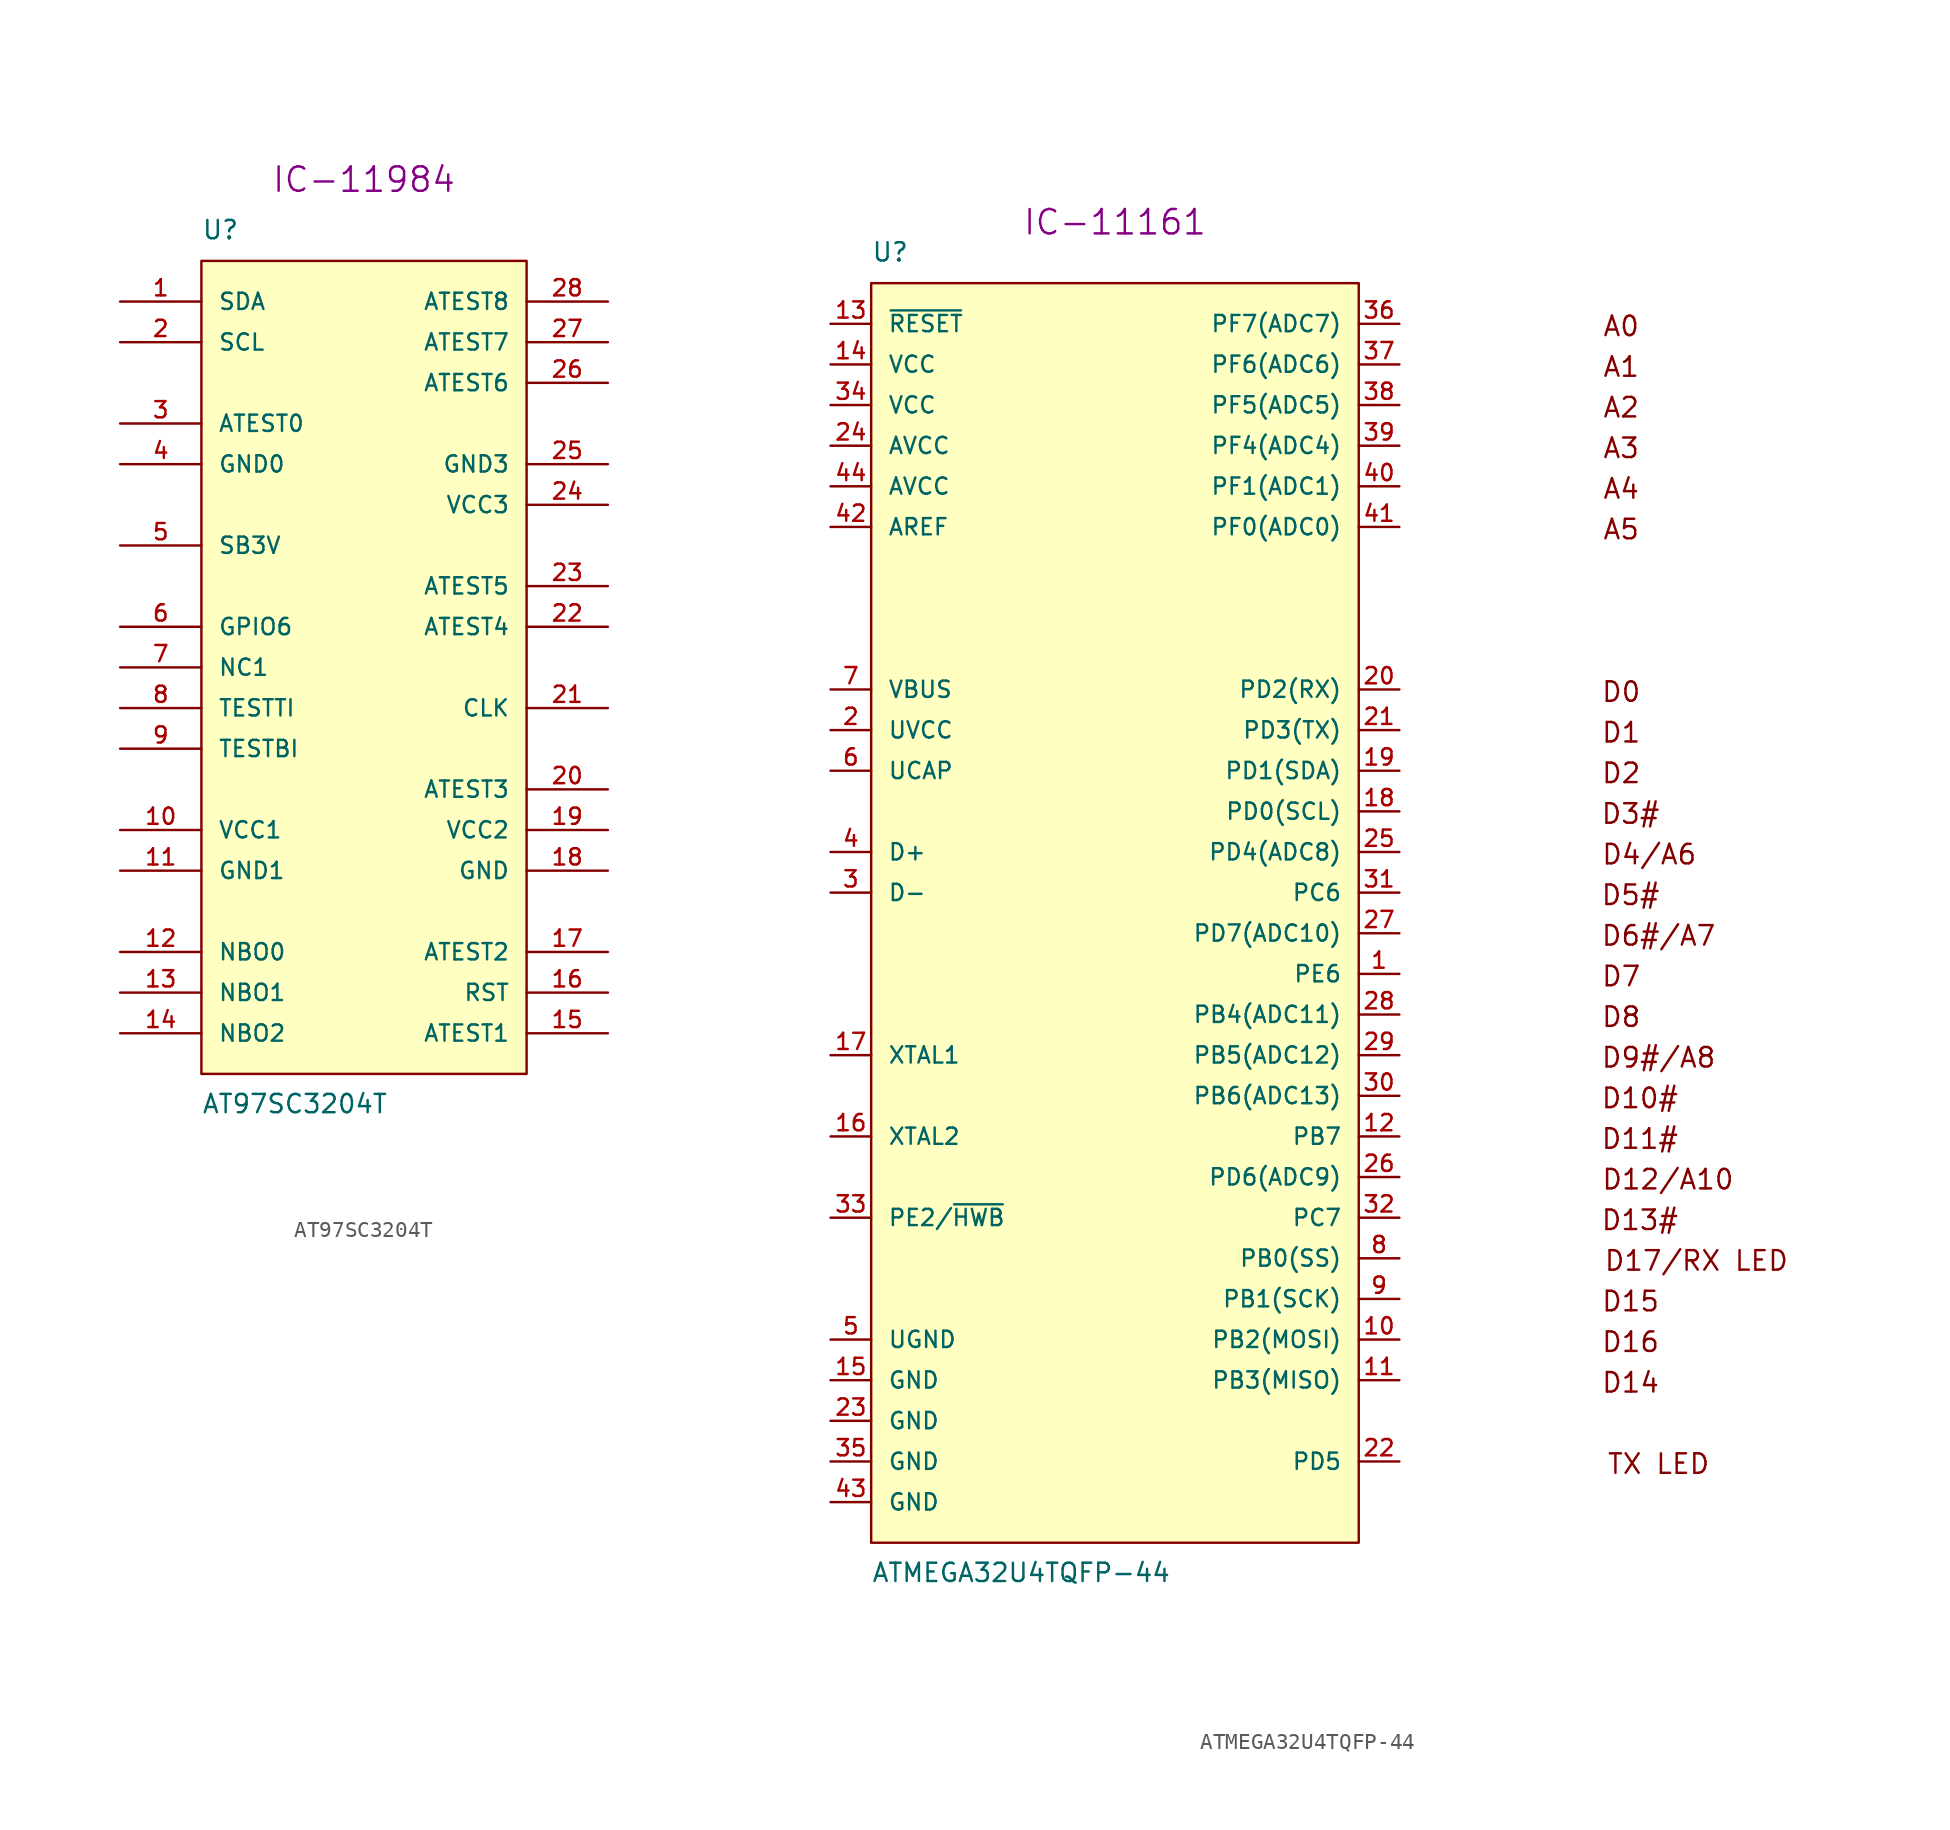
<source format=kicad_sym>
(kicad_symbol_lib
  (version 20201005)
  (generator kicad_symbol_editor)
  (symbol "AT97SC3204T"
    (pin_names
      (offset 1.016))
    (property "Reference" "U"
      (at -10.16 26.67 0)
      (effects (font (size 1.143 1.143)) (justify left bottom)))
    (property "Value" "AT97SC3204T"
      (at -10.16 -27.94 0)
      (effects (font (size 1.143 1.143)) (justify left bottom)))
    (property "Field4" "IC-11984"
      (at 0 30.48 0)
      (effects (font (size 1.524 1.524))))
    (property "ki_locked" ""
      (at 0 0 0)
      (effects (font (size 1.27 1.27))))
    (symbol "AT97SC3204T_1_1"
      (polyline (pts (xy 10.16 25.4) (xy 10.16 -25.4) (xy -10.16 -25.4) (xy -10.16 25.4) (xy 10.16 25.4)) (stroke (width 0)) (fill (type background)))
      (pin bidirectional line (at -15.24 22.86 0) (length 5.08) (name "SDA" (effects (font (size 1.016 1.016)))) (number "1" (effects (font (size 1.016 1.016)))))
      (pin bidirectional line (at -15.24 20.32 0) (length 5.08) (name "SCL" (effects (font (size 1.016 1.016)))) (number "2" (effects (font (size 1.016 1.016)))))
      (pin power_in line (at -15.24 15.24 0) (length 5.08) (name "ATEST0" (effects (font (size 1.016 1.016)))) (number "3" (effects (font (size 1.016 1.016)))))
      (pin power_in line (at -15.24 12.7 0) (length 5.08) (name "GND0" (effects (font (size 1.016 1.016)))) (number "4" (effects (font (size 1.016 1.016)))))
      (pin power_in line (at -15.24 7.62 0) (length 5.08) (name "SB3V" (effects (font (size 1.016 1.016)))) (number "5" (effects (font (size 1.016 1.016)))))
      (pin bidirectional line (at -15.24 2.54 0) (length 5.08) (name "GPIO6" (effects (font (size 1.016 1.016)))) (number "6" (effects (font (size 1.016 1.016)))))
      (pin unspecified line (at -15.24 0 0) (length 5.08) (name "NC1" (effects (font (size 1.016 1.016)))) (number "7" (effects (font (size 1.016 1.016)))))
      (pin power_in line (at -15.24 -2.54 0) (length 5.08) (name "TESTTI" (effects (font (size 1.016 1.016)))) (number "8" (effects (font (size 1.016 1.016)))))
      (pin power_in line (at -15.24 -5.08 0) (length 5.08) (name "TESTBI" (effects (font (size 1.016 1.016)))) (number "9" (effects (font (size 1.016 1.016)))))
      (pin power_in line (at -15.24 -10.16 0) (length 5.08) (name "VCC1" (effects (font (size 1.016 1.016)))) (number "10" (effects (font (size 1.016 1.016)))))
      (pin power_in line (at 15.24 -7.62 180) (length 5.08) (name "ATEST3" (effects (font (size 1.016 1.016)))) (number "20" (effects (font (size 1.016 1.016)))))
      (pin power_in line (at -15.24 -12.7 0) (length 5.08) (name "GND1" (effects (font (size 1.016 1.016)))) (number "11" (effects (font (size 1.016 1.016)))))
      (pin bidirectional line (at 15.24 -2.54 180) (length 5.08) (name "CLK" (effects (font (size 1.016 1.016)))) (number "21" (effects (font (size 1.016 1.016)))))
      (pin unspecified line (at -15.24 -17.78 0) (length 5.08) (name "NBO0" (effects (font (size 1.016 1.016)))) (number "12" (effects (font (size 1.016 1.016)))))
      (pin power_in line (at 15.24 2.54 180) (length 5.08) (name "ATEST4" (effects (font (size 1.016 1.016)))) (number "22" (effects (font (size 1.016 1.016)))))
      (pin unspecified line (at -15.24 -20.32 0) (length 5.08) (name "NBO1" (effects (font (size 1.016 1.016)))) (number "13" (effects (font (size 1.016 1.016)))))
      (pin power_in line (at 15.24 5.08 180) (length 5.08) (name "ATEST5" (effects (font (size 1.016 1.016)))) (number "23" (effects (font (size 1.016 1.016)))))
      (pin unspecified line (at -15.24 -22.86 0) (length 5.08) (name "NBO2" (effects (font (size 1.016 1.016)))) (number "14" (effects (font (size 1.016 1.016)))))
      (pin power_in line (at 15.24 10.16 180) (length 5.08) (name "VCC3" (effects (font (size 1.016 1.016)))) (number "24" (effects (font (size 1.016 1.016)))))
      (pin power_in line (at 15.24 -22.86 180) (length 5.08) (name "ATEST1" (effects (font (size 1.016 1.016)))) (number "15" (effects (font (size 1.016 1.016)))))
      (pin power_in line (at 15.24 12.7 180) (length 5.08) (name "GND3" (effects (font (size 1.016 1.016)))) (number "25" (effects (font (size 1.016 1.016)))))
      (pin bidirectional line (at 15.24 -20.32 180) (length 5.08) (name "RST" (effects (font (size 1.016 1.016)))) (number "16" (effects (font (size 1.016 1.016)))))
      (pin power_in line (at 15.24 17.78 180) (length 5.08) (name "ATEST6" (effects (font (size 1.016 1.016)))) (number "26" (effects (font (size 1.016 1.016)))))
      (pin power_in line (at 15.24 -17.78 180) (length 5.08) (name "ATEST2" (effects (font (size 1.016 1.016)))) (number "17" (effects (font (size 1.016 1.016)))))
      (pin power_in line (at 15.24 20.32 180) (length 5.08) (name "ATEST7" (effects (font (size 1.016 1.016)))) (number "27" (effects (font (size 1.016 1.016)))))
      (pin power_in line (at 15.24 -12.7 180) (length 5.08) (name "GND" (effects (font (size 1.016 1.016)))) (number "18" (effects (font (size 1.016 1.016)))))
      (pin power_in line (at 15.24 22.86 180) (length 5.08) (name "ATEST8" (effects (font (size 1.016 1.016)))) (number "28" (effects (font (size 1.016 1.016)))))
      (pin power_in line (at 15.24 -10.16 180) (length 5.08) (name "VCC2" (effects (font (size 1.016 1.016)))) (number "19" (effects (font (size 1.016 1.016)))))))
  (symbol "ATMEGA32U4TQFP-44"
    (pin_names
      (offset 1.016))
    (property "Reference" "U"
      (at -15.24 40.64 0)
      (effects (font (size 1.143 1.143)) (justify left bottom)))
    (property "Value" "ATMEGA32U4TQFP-44"
      (at -15.24 -41.91 0)
      (effects (font (size 1.143 1.143)) (justify left bottom)))
    (property "Field4" "IC-11161"
      (at 0 43.18 0)
      (effects (font (size 1.524 1.524))))
    (property "ki_locked" ""
      (at 0 0 0)
      (effects (font (size 1.27 1.27))))
    (symbol "ATMEGA32U4TQFP-44_1_0"
      (text "A0" (at 31.648 36.678 0) (effects (font (size 1.219 1.219))))
      (text "A1" (at 31.648 34.138 0) (effects (font (size 1.219 1.219))))
      (text "A2" (at 31.648 31.598 0) (effects (font (size 1.219 1.219))))
      (text "A3" (at 31.648 29.058 0) (effects (font (size 1.219 1.219))))
      (text "A4" (at 31.648 26.518 0) (effects (font (size 1.219 1.219))))
      (text "A5" (at 31.648 23.978 0) (effects (font (size 1.219 1.219))))
      (text "D0" (at 31.648 13.818 0) (effects (font (size 1.219 1.219))))
      (text "D1" (at 31.648 11.278 0) (effects (font (size 1.219 1.219))))
      (text "D10#" (at 32.817 -11.582 0) (effects (font (size 1.219 1.219))))
      (text "D11#" (at 32.817 -14.122 0) (effects (font (size 1.219 1.219))))
      (text "D12/A10" (at 34.569 -16.662 0) (effects (font (size 1.219 1.219))))
      (text "D13#" (at 32.817 -19.202 0) (effects (font (size 1.219 1.219))))
      (text "D14" (at 32.233 -29.362 0) (effects (font (size 1.219 1.219))))
      (text "D15" (at 32.233 -24.282 0) (effects (font (size 1.219 1.219))))
      (text "D16" (at 32.233 -26.822 0) (effects (font (size 1.219 1.219))))
      (text "D17/RX LED" (at 36.347 -21.742 0) (effects (font (size 1.219 1.219))))
      (text "D2" (at 31.648 8.738 0) (effects (font (size 1.219 1.219))))
      (text "D3#" (at 32.233 6.198 0) (effects (font (size 1.219 1.219))))
      (text "D4/A6" (at 33.401 3.658 0) (effects (font (size 1.219 1.219))))
      (text "D5#" (at 32.233 1.118 0) (effects (font (size 1.219 1.219))))
      (text "D6#/A7" (at 33.985 -1.422 0) (effects (font (size 1.219 1.219))))
      (text "D7" (at 31.648 -3.962 0) (effects (font (size 1.219 1.219))))
      (text "D8" (at 31.648 -6.502 0) (effects (font (size 1.219 1.219))))
      (text "D9#/A8" (at 33.985 -9.042 0) (effects (font (size 1.219 1.219))))
      (text "TX LED" (at 33.985 -34.442 0) (effects (font (size 1.219 1.219)))))
    (symbol "ATMEGA32U4TQFP-44_1_1"
      (polyline (pts (xy -15.24 39.37) (xy -15.24 -39.37) (xy 15.24 -39.37) (xy 15.24 39.37) (xy -15.24 39.37)) (stroke (width 0)) (fill (type background)))
      (pin bidirectional line (at 17.78 -3.81 180) (length 2.54) (name "PE6" (effects (font (size 1.016 1.016)))) (number "1" (effects (font (size 1.016 1.016)))))
      (pin bidirectional line (at -17.78 11.43 0) (length 2.54) (name "UVCC" (effects (font (size 1.016 1.016)))) (number "2" (effects (font (size 1.016 1.016)))))
      (pin bidirectional line (at -17.78 1.27 0) (length 2.54) (name "D-" (effects (font (size 1.016 1.016)))) (number "3" (effects (font (size 1.016 1.016)))))
      (pin bidirectional line (at -17.78 3.81 0) (length 2.54) (name "D+" (effects (font (size 1.016 1.016)))) (number "4" (effects (font (size 1.016 1.016)))))
      (pin bidirectional line (at -17.78 -26.67 0) (length 2.54) (name "UGND" (effects (font (size 1.016 1.016)))) (number "5" (effects (font (size 1.016 1.016)))))
      (pin bidirectional line (at -17.78 8.89 0) (length 2.54) (name "UCAP" (effects (font (size 1.016 1.016)))) (number "6" (effects (font (size 1.016 1.016)))))
      (pin bidirectional line (at -17.78 13.97 0) (length 2.54) (name "VBUS" (effects (font (size 1.016 1.016)))) (number "7" (effects (font (size 1.016 1.016)))))
      (pin bidirectional line (at 17.78 -21.59 180) (length 2.54) (name "PB0(SS)" (effects (font (size 1.016 1.016)))) (number "8" (effects (font (size 1.016 1.016)))))
      (pin bidirectional line (at 17.78 -24.13 180) (length 2.54) (name "PB1(SCK)" (effects (font (size 1.016 1.016)))) (number "9" (effects (font (size 1.016 1.016)))))
      (pin bidirectional line (at 17.78 -26.67 180) (length 2.54) (name "PB2(MOSI)" (effects (font (size 1.016 1.016)))) (number "10" (effects (font (size 1.016 1.016)))))
      (pin bidirectional line (at 17.78 13.97 180) (length 2.54) (name "PD2(RX)" (effects (font (size 1.016 1.016)))) (number "20" (effects (font (size 1.016 1.016)))))
      (pin bidirectional line (at 17.78 -11.43 180) (length 2.54) (name "PB6(ADC13)" (effects (font (size 1.016 1.016)))) (number "30" (effects (font (size 1.016 1.016)))))
      (pin bidirectional line (at 17.78 26.67 180) (length 2.54) (name "PF1(ADC1)" (effects (font (size 1.016 1.016)))) (number "40" (effects (font (size 1.016 1.016)))))
      (pin bidirectional line (at 17.78 -29.21 180) (length 2.54) (name "PB3(MISO)" (effects (font (size 1.016 1.016)))) (number "11" (effects (font (size 1.016 1.016)))))
      (pin bidirectional line (at 17.78 11.43 180) (length 2.54) (name "PD3(TX)" (effects (font (size 1.016 1.016)))) (number "21" (effects (font (size 1.016 1.016)))))
      (pin bidirectional line (at 17.78 1.27 180) (length 2.54) (name "PC6" (effects (font (size 1.016 1.016)))) (number "31" (effects (font (size 1.016 1.016)))))
      (pin bidirectional line (at 17.78 24.13 180) (length 2.54) (name "PF0(ADC0)" (effects (font (size 1.016 1.016)))) (number "41" (effects (font (size 1.016 1.016)))))
      (pin bidirectional line (at 17.78 -13.97 180) (length 2.54) (name "PB7" (effects (font (size 1.016 1.016)))) (number "12" (effects (font (size 1.016 1.016)))))
      (pin bidirectional line (at 17.78 -34.29 180) (length 2.54) (name "PD5" (effects (font (size 1.016 1.016)))) (number "22" (effects (font (size 1.016 1.016)))))
      (pin bidirectional line (at 17.78 -19.05 180) (length 2.54) (name "PC7" (effects (font (size 1.016 1.016)))) (number "32" (effects (font (size 1.016 1.016)))))
      (pin bidirectional line (at -17.78 24.13 0) (length 2.54) (name "AREF" (effects (font (size 1.016 1.016)))) (number "42" (effects (font (size 1.016 1.016)))))
      (pin bidirectional line (at -17.78 36.83 0) (length 2.54) (name "~RESET" (effects (font (size 1.016 1.016)))) (number "13" (effects (font (size 1.016 1.016)))))
      (pin bidirectional line (at -17.78 -31.75 0) (length 2.54) (name "GND" (effects (font (size 1.016 1.016)))) (number "23" (effects (font (size 1.016 1.016)))))
      (pin bidirectional line (at -17.78 -19.05 0) (length 2.54) (name "PE2/~HWB" (effects (font (size 1.016 1.016)))) (number "33" (effects (font (size 1.016 1.016)))))
      (pin bidirectional line (at -17.78 -36.83 0) (length 2.54) (name "GND" (effects (font (size 1.016 1.016)))) (number "43" (effects (font (size 1.016 1.016)))))
      (pin bidirectional line (at -17.78 34.29 0) (length 2.54) (name "VCC" (effects (font (size 1.016 1.016)))) (number "14" (effects (font (size 1.016 1.016)))))
      (pin bidirectional line (at -17.78 29.21 0) (length 2.54) (name "AVCC" (effects (font (size 1.016 1.016)))) (number "24" (effects (font (size 1.016 1.016)))))
      (pin bidirectional line (at -17.78 31.75 0) (length 2.54) (name "VCC" (effects (font (size 1.016 1.016)))) (number "34" (effects (font (size 1.016 1.016)))))
      (pin bidirectional line (at -17.78 26.67 0) (length 2.54) (name "AVCC" (effects (font (size 1.016 1.016)))) (number "44" (effects (font (size 1.016 1.016)))))
      (pin bidirectional line (at -17.78 -29.21 0) (length 2.54) (name "GND" (effects (font (size 1.016 1.016)))) (number "15" (effects (font (size 1.016 1.016)))))
      (pin bidirectional line (at 17.78 3.81 180) (length 2.54) (name "PD4(ADC8)" (effects (font (size 1.016 1.016)))) (number "25" (effects (font (size 1.016 1.016)))))
      (pin bidirectional line (at -17.78 -34.29 0) (length 2.54) (name "GND" (effects (font (size 1.016 1.016)))) (number "35" (effects (font (size 1.016 1.016)))))
      (pin bidirectional line (at -17.78 -13.97 0) (length 2.54) (name "XTAL2" (effects (font (size 1.016 1.016)))) (number "16" (effects (font (size 1.016 1.016)))))
      (pin bidirectional line (at 17.78 -16.51 180) (length 2.54) (name "PD6(ADC9)" (effects (font (size 1.016 1.016)))) (number "26" (effects (font (size 1.016 1.016)))))
      (pin bidirectional line (at 17.78 36.83 180) (length 2.54) (name "PF7(ADC7)" (effects (font (size 1.016 1.016)))) (number "36" (effects (font (size 1.016 1.016)))))
      (pin bidirectional line (at -17.78 -8.89 0) (length 2.54) (name "XTAL1" (effects (font (size 1.016 1.016)))) (number "17" (effects (font (size 1.016 1.016)))))
      (pin bidirectional line (at 17.78 -1.27 180) (length 2.54) (name "PD7(ADC10)" (effects (font (size 1.016 1.016)))) (number "27" (effects (font (size 1.016 1.016)))))
      (pin bidirectional line (at 17.78 34.29 180) (length 2.54) (name "PF6(ADC6)" (effects (font (size 1.016 1.016)))) (number "37" (effects (font (size 1.016 1.016)))))
      (pin bidirectional line (at 17.78 6.35 180) (length 2.54) (name "PD0(SCL)" (effects (font (size 1.016 1.016)))) (number "18" (effects (font (size 1.016 1.016)))))
      (pin bidirectional line (at 17.78 -6.35 180) (length 2.54) (name "PB4(ADC11)" (effects (font (size 1.016 1.016)))) (number "28" (effects (font (size 1.016 1.016)))))
      (pin bidirectional line (at 17.78 31.75 180) (length 2.54) (name "PF5(ADC5)" (effects (font (size 1.016 1.016)))) (number "38" (effects (font (size 1.016 1.016)))))
      (pin bidirectional line (at 17.78 8.89 180) (length 2.54) (name "PD1(SDA)" (effects (font (size 1.016 1.016)))) (number "19" (effects (font (size 1.016 1.016)))))
      (pin bidirectional line (at 17.78 -8.89 180) (length 2.54) (name "PB5(ADC12)" (effects (font (size 1.016 1.016)))) (number "29" (effects (font (size 1.016 1.016)))))
      (pin bidirectional line (at 17.78 29.21 180) (length 2.54) (name "PF4(ADC4)" (effects (font (size 1.016 1.016)))) (number "39" (effects (font (size 1.016 1.016))))))))
</source>
